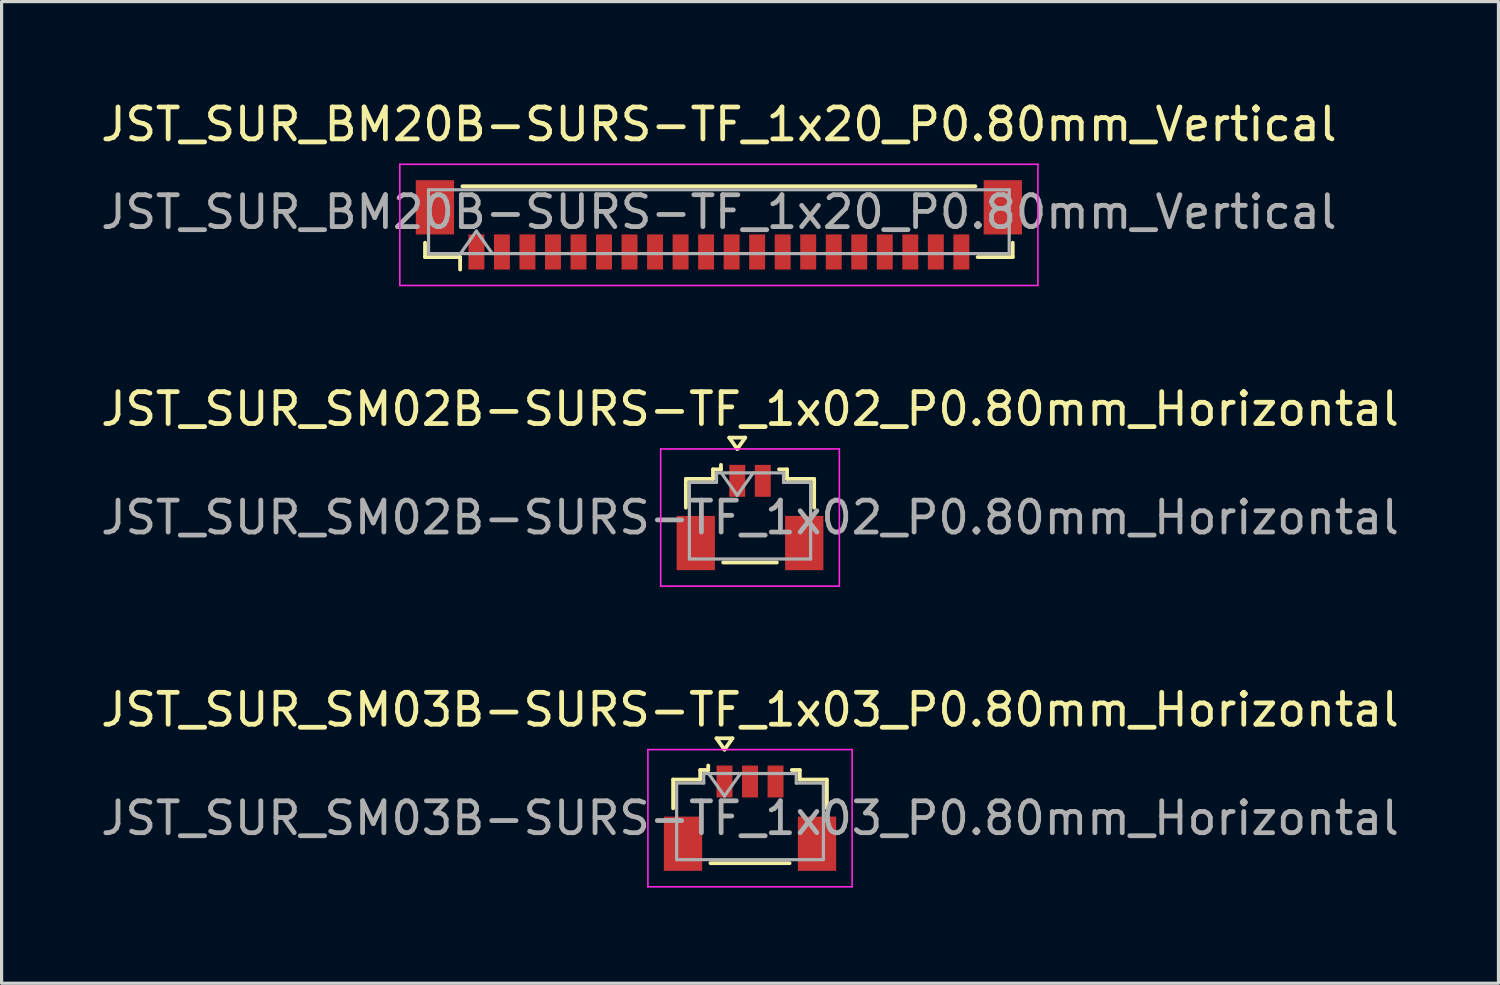
<source format=kicad_pcb>
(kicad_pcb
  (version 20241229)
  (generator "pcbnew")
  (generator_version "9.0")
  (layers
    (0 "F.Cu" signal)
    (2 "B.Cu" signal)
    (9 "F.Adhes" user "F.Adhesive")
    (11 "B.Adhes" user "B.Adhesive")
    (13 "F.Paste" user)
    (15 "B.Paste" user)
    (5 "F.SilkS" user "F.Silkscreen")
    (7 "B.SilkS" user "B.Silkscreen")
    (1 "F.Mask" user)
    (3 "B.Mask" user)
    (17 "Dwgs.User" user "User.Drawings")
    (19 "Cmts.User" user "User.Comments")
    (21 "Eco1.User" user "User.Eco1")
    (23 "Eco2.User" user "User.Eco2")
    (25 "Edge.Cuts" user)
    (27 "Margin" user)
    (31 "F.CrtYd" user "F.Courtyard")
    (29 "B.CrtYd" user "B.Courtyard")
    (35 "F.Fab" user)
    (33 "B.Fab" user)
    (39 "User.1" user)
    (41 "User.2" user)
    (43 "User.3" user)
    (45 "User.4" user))
  (footprint "JST_SUR_SM02B-SURS-TF_1x02_P0.80mm_Horizontal"
    (layer "F.Cu")
    (at 20.458 13.171)
    (property "Reference" "JST_SUR_SM02B-SURS-TF_1x02_P0.80mm_Horizontal" (at 0 -3.4 0) (layer "F.SilkS") (effects (font (size 1 1) (thickness 0.15))))
    (attr smd)
    (fp_line (start -2.01 -1.21) (end -1.16 -1.21) (stroke (width 0.12) (type solid)) (layer "F.SilkS"))
    (fp_line (start -2.01 -0.31) (end -2.01 -1.21) (stroke (width 0.12) (type solid)) (layer "F.SilkS"))
    (fp_line (start -1.16 -1.51) (end -0.91 -1.51) (stroke (width 0.12) (type solid)) (layer "F.SilkS"))
    (fp_line (start -1.16 -1.21) (end -1.16 -1.51) (stroke (width 0.12) (type solid)) (layer "F.SilkS"))
    (fp_line (start -0.91 -1.51) (end -0.91 -1.65) (stroke (width 0.12) (type solid)) (layer "F.SilkS"))
    (fp_line (start -0.84 1.41) (end 0.84 1.41) (stroke (width 0.12) (type solid)) (layer "F.SilkS"))
    (fp_line (start -0.65 -2.504) (end -0.4 -2.15) (stroke (width 0.12) (type solid)) (layer "F.SilkS"))
    (fp_line (start -0.4 -2.15) (end -0.15 -2.504) (stroke (width 0.12) (type solid)) (layer "F.SilkS"))
    (fp_line (start -0.15 -2.504) (end -0.65 -2.504) (stroke (width 0.12) (type solid)) (layer "F.SilkS"))
    (fp_line (start 1.16 -1.51) (end 0.91 -1.51) (stroke (width 0.12) (type solid)) (layer "F.SilkS"))
    (fp_line (start 1.16 -1.21) (end 1.16 -1.51) (stroke (width 0.12) (type solid)) (layer "F.SilkS"))
    (fp_line (start 2.01 -1.21) (end 1.16 -1.21) (stroke (width 0.12) (type solid)) (layer "F.SilkS"))
    (fp_line (start 2.01 -0.31) (end 2.01 -1.21) (stroke (width 0.12) (type solid)) (layer "F.SilkS"))
    (fp_line (start -2.8 -2.15) (end -2.8 2.15) (stroke (width 0.05) (type solid)) (layer "F.CrtYd"))
    (fp_line (start -2.8 2.15) (end 2.8 2.15) (stroke (width 0.05) (type solid)) (layer "F.CrtYd"))
    (fp_line (start 2.8 -2.15) (end -2.8 -2.15) (stroke (width 0.05) (type solid)) (layer "F.CrtYd"))
    (fp_line (start 2.8 2.15) (end 2.8 -2.15) (stroke (width 0.05) (type solid)) (layer "F.CrtYd"))
    (fp_line (start -1.9 -1.1) (end -1.9 1.3) (stroke (width 0.1) (type solid)) (layer "F.Fab"))
    (fp_line (start -1.9 -1.1) (end -1.05 -1.1) (stroke (width 0.1) (type solid)) (layer "F.Fab"))
    (fp_line (start -1.9 1.3) (end 1.9 1.3) (stroke (width 0.1) (type solid)) (layer "F.Fab"))
    (fp_line (start -1.05 -1.4) (end 1.05 -1.4) (stroke (width 0.1) (type solid)) (layer "F.Fab"))
    (fp_line (start -1.05 -1.1) (end -1.05 -1.4) (stroke (width 0.1) (type solid)) (layer "F.Fab"))
    (fp_line (start -0.9 -1.4) (end -0.4 -0.693) (stroke (width 0.1) (type solid)) (layer "F.Fab"))
    (fp_line (start -0.4 -0.693) (end 0.1 -1.4) (stroke (width 0.1) (type solid)) (layer "F.Fab"))
    (fp_line (start 1.05 -1.4) (end 1.05 -1.1) (stroke (width 0.1) (type solid)) (layer "F.Fab"))
    (fp_line (start 1.05 -1.1) (end 1.9 -1.1) (stroke (width 0.1) (type solid)) (layer "F.Fab"))
    (fp_line (start 1.9 -1.1) (end 1.9 1.3) (stroke (width 0.1) (type solid)) (layer "F.Fab"))
    (fp_text user "${REFERENCE}" (at 0 0 0) (layer "F.Fab") (effects (font (size 1 1) (thickness 0.15))))
    (pad "" smd rect (at -1.7 0.8) (size 1.2 1.7) (layers "F.Cu" "F.Mask" "F.Paste"))
    (pad "" smd rect (at 1.7 0.8) (size 1.2 1.7) (layers "F.Cu" "F.Mask" "F.Paste"))
    (pad "1" smd rect (at -0.4 -1.15) (size 0.5 1) (layers "F.Cu" "F.Mask" "F.Paste"))
    (pad "2" smd rect (at 0.4 -1.15) (size 0.5 1) (layers "F.Cu" "F.Mask" "F.Paste")))
  (footprint "JST_SUR_BM20B-SURS-TF_1x20_P0.80mm_Vertical"
    (layer "F.Cu")
    (at 19.482 3.998)
    (property "Reference" "JST_SUR_BM20B-SURS-TF_1x20_P0.80mm_Vertical" (at 0 -3.15 0) (layer "F.SilkS") (effects (font (size 1 1) (thickness 0.15))))
    (attr smd)
    (fp_line (start -9.21 0.56) (end -9.21 1.01) (stroke (width 0.12) (type solid)) (layer "F.SilkS"))
    (fp_line (start -9.21 1.01) (end -8.11 1.01) (stroke (width 0.12) (type solid)) (layer "F.SilkS"))
    (fp_line (start -8.11 1.01) (end -8.11 1.4) (stroke (width 0.12) (type solid)) (layer "F.SilkS"))
    (fp_line (start -8.04 -1.21) (end 8.04 -1.21) (stroke (width 0.12) (type solid)) (layer "F.SilkS"))
    (fp_line (start 9.21 0.56) (end 9.21 1.01) (stroke (width 0.12) (type solid)) (layer "F.SilkS"))
    (fp_line (start 9.21 1.01) (end 8.11 1.01) (stroke (width 0.12) (type solid)) (layer "F.SilkS"))
    (fp_line (start -10 -1.9) (end -10 1.9) (stroke (width 0.05) (type solid)) (layer "F.CrtYd"))
    (fp_line (start -10 1.9) (end 10 1.9) (stroke (width 0.05) (type solid)) (layer "F.CrtYd"))
    (fp_line (start 10 -1.9) (end -10 -1.9) (stroke (width 0.05) (type solid)) (layer "F.CrtYd"))
    (fp_line (start 10 1.9) (end 10 -1.9) (stroke (width 0.05) (type solid)) (layer "F.CrtYd"))
    (fp_line (start -9.1 -1.1) (end 9.1 -1.1) (stroke (width 0.1) (type solid)) (layer "F.Fab"))
    (fp_line (start -9.1 0.9) (end -9.1 -1.1) (stroke (width 0.1) (type solid)) (layer "F.Fab"))
    (fp_line (start -9.1 0.9) (end 9.1 0.9) (stroke (width 0.1) (type solid)) (layer "F.Fab"))
    (fp_line (start -8.1 0.9) (end -7.6 0.193) (stroke (width 0.1) (type solid)) (layer "F.Fab"))
    (fp_line (start -7.6 0.193) (end -7.1 0.9) (stroke (width 0.1) (type solid)) (layer "F.Fab"))
    (fp_line (start 9.1 0.9) (end 9.1 -1.1) (stroke (width 0.1) (type solid)) (layer "F.Fab"))
    (fp_text user "${REFERENCE}" (at 0 -0.4 0) (layer "F.Fab") (effects (font (size 1 1) (thickness 0.15))))
    (pad "" smd rect (at -8.9 -0.55) (size 1.2 1.7) (layers "F.Cu" "F.Mask" "F.Paste"))
    (pad "" smd rect (at 8.9 -0.55) (size 1.2 1.7) (layers "F.Cu" "F.Mask" "F.Paste"))
    (pad "1" smd rect (at -7.6 0.85) (size 0.5 1.1) (layers "F.Cu" "F.Mask" "F.Paste"))
    (pad "2" smd rect (at -6.8 0.85) (size 0.5 1.1) (layers "F.Cu" "F.Mask" "F.Paste"))
    (pad "3" smd rect (at -6 0.85) (size 0.5 1.1) (layers "F.Cu" "F.Mask" "F.Paste"))
    (pad "4" smd rect (at -5.2 0.85) (size 0.5 1.1) (layers "F.Cu" "F.Mask" "F.Paste"))
    (pad "5" smd rect (at -4.4 0.85) (size 0.5 1.1) (layers "F.Cu" "F.Mask" "F.Paste"))
    (pad "6" smd rect (at -3.6 0.85) (size 0.5 1.1) (layers "F.Cu" "F.Mask" "F.Paste"))
    (pad "7" smd rect (at -2.8 0.85) (size 0.5 1.1) (layers "F.Cu" "F.Mask" "F.Paste"))
    (pad "8" smd rect (at -2 0.85) (size 0.5 1.1) (layers "F.Cu" "F.Mask" "F.Paste"))
    (pad "9" smd rect (at -1.2 0.85) (size 0.5 1.1) (layers "F.Cu" "F.Mask" "F.Paste"))
    (pad "10" smd rect (at -0.4 0.85) (size 0.5 1.1) (layers "F.Cu" "F.Mask" "F.Paste"))
    (pad "11" smd rect (at 0.4 0.85) (size 0.5 1.1) (layers "F.Cu" "F.Mask" "F.Paste"))
    (pad "12" smd rect (at 1.2 0.85) (size 0.5 1.1) (layers "F.Cu" "F.Mask" "F.Paste"))
    (pad "13" smd rect (at 2 0.85) (size 0.5 1.1) (layers "F.Cu" "F.Mask" "F.Paste"))
    (pad "14" smd rect (at 2.8 0.85) (size 0.5 1.1) (layers "F.Cu" "F.Mask" "F.Paste"))
    (pad "15" smd rect (at 3.6 0.85) (size 0.5 1.1) (layers "F.Cu" "F.Mask" "F.Paste"))
    (pad "16" smd rect (at 4.4 0.85) (size 0.5 1.1) (layers "F.Cu" "F.Mask" "F.Paste"))
    (pad "17" smd rect (at 5.2 0.85) (size 0.5 1.1) (layers "F.Cu" "F.Mask" "F.Paste"))
    (pad "18" smd rect (at 6 0.85) (size 0.5 1.1) (layers "F.Cu" "F.Mask" "F.Paste"))
    (pad "19" smd rect (at 6.8 0.85) (size 0.5 1.1) (layers "F.Cu" "F.Mask" "F.Paste"))
    (pad "20" smd rect (at 7.6 0.85) (size 0.5 1.1) (layers "F.Cu" "F.Mask" "F.Paste")))
  (footprint "JST_SUR_SM03B-SURS-TF_1x03_P0.80mm_Horizontal"
    (layer "F.Cu")
    (at 20.458 22.595)
    (property "Reference" "JST_SUR_SM03B-SURS-TF_1x03_P0.80mm_Horizontal" (at 0 -3.4 0) (layer "F.SilkS") (effects (font (size 1 1) (thickness 0.15))))
    (attr smd)
    (fp_line (start -2.41 -1.21) (end -1.56 -1.21) (stroke (width 0.12) (type solid)) (layer "F.SilkS"))
    (fp_line (start -2.41 -0.31) (end -2.41 -1.21) (stroke (width 0.12) (type solid)) (layer "F.SilkS"))
    (fp_line (start -1.56 -1.51) (end -1.31 -1.51) (stroke (width 0.12) (type solid)) (layer "F.SilkS"))
    (fp_line (start -1.56 -1.21) (end -1.56 -1.51) (stroke (width 0.12) (type solid)) (layer "F.SilkS"))
    (fp_line (start -1.31 -1.51) (end -1.31 -1.65) (stroke (width 0.12) (type solid)) (layer "F.SilkS"))
    (fp_line (start -1.24 1.41) (end 1.24 1.41) (stroke (width 0.12) (type solid)) (layer "F.SilkS"))
    (fp_line (start -1.05 -2.504) (end -0.8 -2.15) (stroke (width 0.12) (type solid)) (layer "F.SilkS"))
    (fp_line (start -0.8 -2.15) (end -0.55 -2.504) (stroke (width 0.12) (type solid)) (layer "F.SilkS"))
    (fp_line (start -0.55 -2.504) (end -1.05 -2.504) (stroke (width 0.12) (type solid)) (layer "F.SilkS"))
    (fp_line (start 1.56 -1.51) (end 1.31 -1.51) (stroke (width 0.12) (type solid)) (layer "F.SilkS"))
    (fp_line (start 1.56 -1.21) (end 1.56 -1.51) (stroke (width 0.12) (type solid)) (layer "F.SilkS"))
    (fp_line (start 2.41 -1.21) (end 1.56 -1.21) (stroke (width 0.12) (type solid)) (layer "F.SilkS"))
    (fp_line (start 2.41 -0.31) (end 2.41 -1.21) (stroke (width 0.12) (type solid)) (layer "F.SilkS"))
    (fp_line (start -3.2 -2.15) (end -3.2 2.15) (stroke (width 0.05) (type solid)) (layer "F.CrtYd"))
    (fp_line (start -3.2 2.15) (end 3.2 2.15) (stroke (width 0.05) (type solid)) (layer "F.CrtYd"))
    (fp_line (start 3.2 -2.15) (end -3.2 -2.15) (stroke (width 0.05) (type solid)) (layer "F.CrtYd"))
    (fp_line (start 3.2 2.15) (end 3.2 -2.15) (stroke (width 0.05) (type solid)) (layer "F.CrtYd"))
    (fp_line (start -2.3 -1.1) (end -2.3 1.3) (stroke (width 0.1) (type solid)) (layer "F.Fab"))
    (fp_line (start -2.3 -1.1) (end -1.45 -1.1) (stroke (width 0.1) (type solid)) (layer "F.Fab"))
    (fp_line (start -2.3 1.3) (end 2.3 1.3) (stroke (width 0.1) (type solid)) (layer "F.Fab"))
    (fp_line (start -1.45 -1.4) (end 1.45 -1.4) (stroke (width 0.1) (type solid)) (layer "F.Fab"))
    (fp_line (start -1.45 -1.1) (end -1.45 -1.4) (stroke (width 0.1) (type solid)) (layer "F.Fab"))
    (fp_line (start -1.3 -1.4) (end -0.8 -0.693) (stroke (width 0.1) (type solid)) (layer "F.Fab"))
    (fp_line (start -0.8 -0.693) (end -0.3 -1.4) (stroke (width 0.1) (type solid)) (layer "F.Fab"))
    (fp_line (start 1.45 -1.4) (end 1.45 -1.1) (stroke (width 0.1) (type solid)) (layer "F.Fab"))
    (fp_line (start 1.45 -1.1) (end 2.3 -1.1) (stroke (width 0.1) (type solid)) (layer "F.Fab"))
    (fp_line (start 2.3 -1.1) (end 2.3 1.3) (stroke (width 0.1) (type solid)) (layer "F.Fab"))
    (fp_text user "${REFERENCE}" (at 0 0 0) (layer "F.Fab") (effects (font (size 1 1) (thickness 0.15))))
    (pad "" smd rect (at -2.1 0.8) (size 1.2 1.7) (layers "F.Cu" "F.Mask" "F.Paste"))
    (pad "" smd rect (at 2.1 0.8) (size 1.2 1.7) (layers "F.Cu" "F.Mask" "F.Paste"))
    (pad "1" smd rect (at -0.8 -1.15) (size 0.5 1) (layers "F.Cu" "F.Mask" "F.Paste"))
    (pad "2" smd rect (at 0 -1.15) (size 0.5 1) (layers "F.Cu" "F.Mask" "F.Paste"))
    (pad "3" smd rect (at 0.8 -1.15) (size 0.5 1) (layers "F.Cu" "F.Mask" "F.Paste")))
  (gr_rect
    (start -3 -3)
    (end 43.917 27.77)
    (stroke (width 0.1) (type default))
    (fill no)
    (layer "Edge.Cuts")))
</source>
